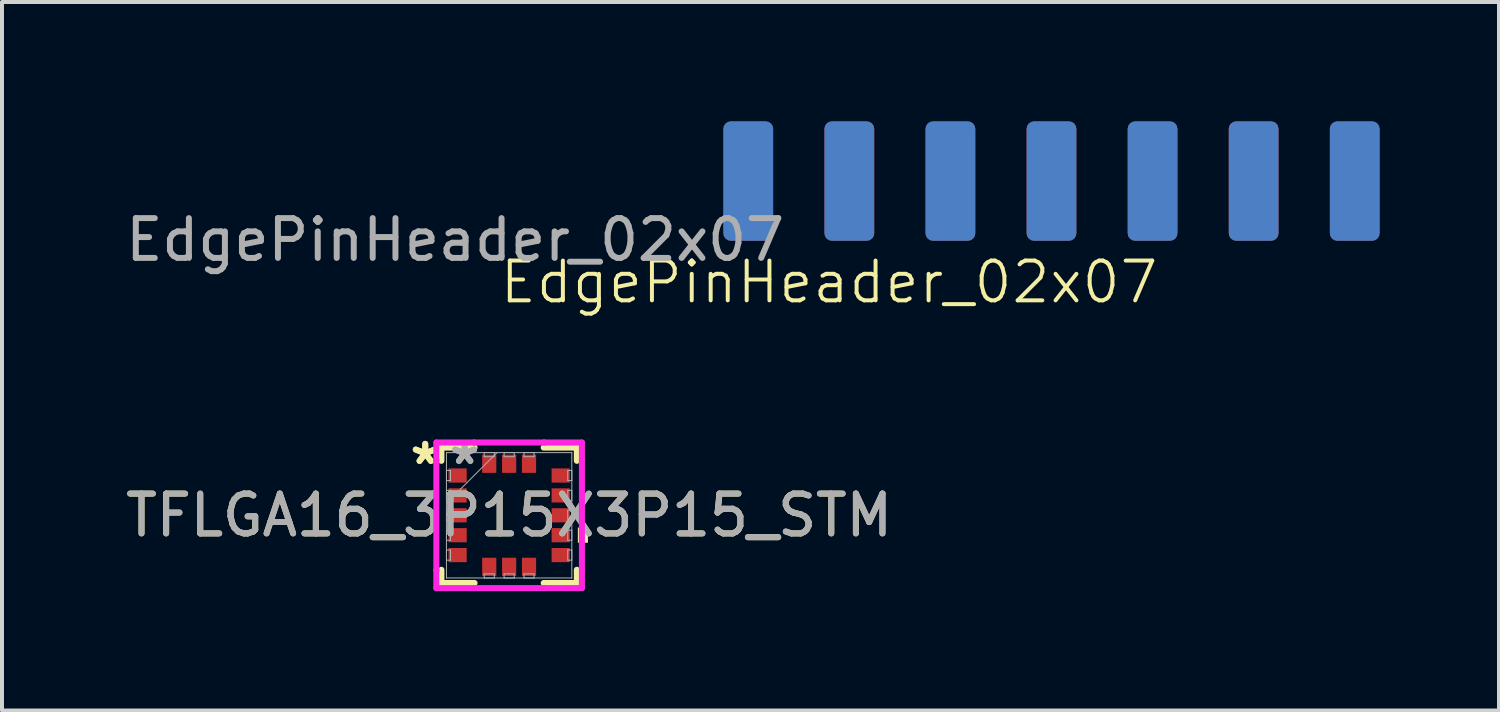
<source format=kicad_pcb>
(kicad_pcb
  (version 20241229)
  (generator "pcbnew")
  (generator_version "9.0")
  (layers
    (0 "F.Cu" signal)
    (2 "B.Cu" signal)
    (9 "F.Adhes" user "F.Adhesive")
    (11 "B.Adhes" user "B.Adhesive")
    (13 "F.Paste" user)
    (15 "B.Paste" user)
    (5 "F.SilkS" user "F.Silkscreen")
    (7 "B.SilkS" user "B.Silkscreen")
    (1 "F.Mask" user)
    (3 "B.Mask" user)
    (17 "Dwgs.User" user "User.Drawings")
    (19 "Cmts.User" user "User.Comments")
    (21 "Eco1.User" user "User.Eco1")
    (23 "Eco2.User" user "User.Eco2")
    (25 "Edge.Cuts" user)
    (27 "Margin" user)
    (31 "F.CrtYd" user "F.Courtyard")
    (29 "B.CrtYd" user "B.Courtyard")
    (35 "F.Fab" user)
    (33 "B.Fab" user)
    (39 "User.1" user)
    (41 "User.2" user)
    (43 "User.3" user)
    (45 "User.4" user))
  (footprint "TFLGA16_3P15X3P15_STM"
    (layer "F.Cu")
    (at 9.744 9.899)
    (property "Reference" "TFLGA16_3P15X3P15_STM" (at 0 0 0) (unlocked yes) (layer "F.SilkS") (effects (font (size 1 1) (thickness 0.15))))
    (attr smd)
    (fp_line (start -1.702 -1.702) (end -1.702 -1.369) (stroke (width 0.152) (type solid)) (layer "F.SilkS"))
    (fp_line (start -1.702 1.369) (end -1.702 1.702) (stroke (width 0.152) (type solid)) (layer "F.SilkS"))
    (fp_line (start -1.702 1.702) (end -0.869 1.702) (stroke (width 0.152) (type solid)) (layer "F.SilkS"))
    (fp_line (start -0.869 -1.702) (end -1.702 -1.702) (stroke (width 0.152) (type solid)) (layer "F.SilkS"))
    (fp_line (start 0.869 1.702) (end 1.702 1.702) (stroke (width 0.152) (type solid)) (layer "F.SilkS"))
    (fp_line (start 1.702 -1.702) (end 0.869 -1.702) (stroke (width 0.152) (type solid)) (layer "F.SilkS"))
    (fp_line (start 1.702 -1.369) (end 1.702 -1.702) (stroke (width 0.152) (type solid)) (layer "F.SilkS"))
    (fp_line (start 1.702 1.702) (end 1.702 1.369) (stroke (width 0.152) (type solid)) (layer "F.SilkS"))
    (fp_poly (pts (xy 1.981 0.309) (xy 1.981 0.69) (xy 1.727 0.69) (xy 1.727 0.309)) (stroke (width 0) (type solid)) (fill yes) (layer "F.SilkS"))
    (fp_line (start -1.829 -1.829) (end -0.881 -1.829) (stroke (width 0.152) (type solid)) (layer "F.CrtYd"))
    (fp_line (start -1.829 -1.381) (end -1.829 -1.829) (stroke (width 0.152) (type solid)) (layer "F.CrtYd"))
    (fp_line (start -1.829 -1.381) (end -1.829 -1.381) (stroke (width 0.152) (type solid)) (layer "F.CrtYd"))
    (fp_line (start -1.829 1.381) (end -1.829 -1.381) (stroke (width 0.152) (type solid)) (layer "F.CrtYd"))
    (fp_line (start -1.829 1.381) (end -1.829 1.381) (stroke (width 0.152) (type solid)) (layer "F.CrtYd"))
    (fp_line (start -1.829 1.829) (end -1.829 1.381) (stroke (width 0.152) (type solid)) (layer "F.CrtYd"))
    (fp_line (start -0.881 -1.829) (end -0.881 -1.829) (stroke (width 0.152) (type solid)) (layer "F.CrtYd"))
    (fp_line (start -0.881 -1.829) (end 0.881 -1.829) (stroke (width 0.152) (type solid)) (layer "F.CrtYd"))
    (fp_line (start -0.881 1.829) (end -1.829 1.829) (stroke (width 0.152) (type solid)) (layer "F.CrtYd"))
    (fp_line (start -0.881 1.829) (end -0.881 1.829) (stroke (width 0.152) (type solid)) (layer "F.CrtYd"))
    (fp_line (start 0.881 -1.829) (end 0.881 -1.829) (stroke (width 0.152) (type solid)) (layer "F.CrtYd"))
    (fp_line (start 0.881 -1.829) (end 1.829 -1.829) (stroke (width 0.152) (type solid)) (layer "F.CrtYd"))
    (fp_line (start 0.881 1.829) (end -0.881 1.829) (stroke (width 0.152) (type solid)) (layer "F.CrtYd"))
    (fp_line (start 0.881 1.829) (end 0.881 1.829) (stroke (width 0.152) (type solid)) (layer "F.CrtYd"))
    (fp_line (start 1.829 -1.829) (end 1.829 -1.381) (stroke (width 0.152) (type solid)) (layer "F.CrtYd"))
    (fp_line (start 1.829 -1.381) (end 1.829 -1.381) (stroke (width 0.152) (type solid)) (layer "F.CrtYd"))
    (fp_line (start 1.829 -1.381) (end 1.829 1.381) (stroke (width 0.152) (type solid)) (layer "F.CrtYd"))
    (fp_line (start 1.829 1.381) (end 1.829 1.381) (stroke (width 0.152) (type solid)) (layer "F.CrtYd"))
    (fp_line (start 1.829 1.381) (end 1.829 1.829) (stroke (width 0.152) (type solid)) (layer "F.CrtYd"))
    (fp_line (start 1.829 1.829) (end 0.881 1.829) (stroke (width 0.152) (type solid)) (layer "F.CrtYd"))
    (fp_line (start -1.575 -1.575) (end -1.575 -1.575) (stroke (width 0.025) (type solid)) (layer "F.Fab"))
    (fp_line (start -1.575 -1.575) (end -1.575 1.575) (stroke (width 0.025) (type solid)) (layer "F.Fab"))
    (fp_line (start -1.575 -1.127) (end -1.473 -1.127) (stroke (width 0.025) (type solid)) (layer "F.Fab"))
    (fp_line (start -1.575 -0.873) (end -1.575 -1.127) (stroke (width 0.025) (type solid)) (layer "F.Fab"))
    (fp_line (start -1.575 -0.627) (end -1.473 -0.627) (stroke (width 0.025) (type solid)) (layer "F.Fab"))
    (fp_line (start -1.575 -0.373) (end -1.575 -0.627) (stroke (width 0.025) (type solid)) (layer "F.Fab"))
    (fp_line (start -1.575 -0.305) (end -0.305 -1.575) (stroke (width 0.025) (type solid)) (layer "F.Fab"))
    (fp_line (start -1.575 -0.127) (end -1.473 -0.127) (stroke (width 0.025) (type solid)) (layer "F.Fab"))
    (fp_line (start -1.575 0.127) (end -1.575 -0.127) (stroke (width 0.025) (type solid)) (layer "F.Fab"))
    (fp_line (start -1.575 0.373) (end -1.473 0.373) (stroke (width 0.025) (type solid)) (layer "F.Fab"))
    (fp_line (start -1.575 0.627) (end -1.575 0.373) (stroke (width 0.025) (type solid)) (layer "F.Fab"))
    (fp_line (start -1.575 0.873) (end -1.473 0.873) (stroke (width 0.025) (type solid)) (layer "F.Fab"))
    (fp_line (start -1.575 1.127) (end -1.575 0.873) (stroke (width 0.025) (type solid)) (layer "F.Fab"))
    (fp_line (start -1.575 1.575) (end -1.575 1.575) (stroke (width 0.025) (type solid)) (layer "F.Fab"))
    (fp_line (start -1.575 1.575) (end 1.575 1.575) (stroke (width 0.025) (type solid)) (layer "F.Fab"))
    (fp_line (start -1.473 -1.127) (end -1.473 -0.873) (stroke (width 0.025) (type solid)) (layer "F.Fab"))
    (fp_line (start -1.473 -0.873) (end -1.575 -0.873) (stroke (width 0.025) (type solid)) (layer "F.Fab"))
    (fp_line (start -1.473 -0.627) (end -1.473 -0.373) (stroke (width 0.025) (type solid)) (layer "F.Fab"))
    (fp_line (start -1.473 -0.373) (end -1.575 -0.373) (stroke (width 0.025) (type solid)) (layer "F.Fab"))
    (fp_line (start -1.473 -0.127) (end -1.473 0.127) (stroke (width 0.025) (type solid)) (layer "F.Fab"))
    (fp_line (start -1.473 0.127) (end -1.575 0.127) (stroke (width 0.025) (type solid)) (layer "F.Fab"))
    (fp_line (start -1.473 0.373) (end -1.473 0.627) (stroke (width 0.025) (type solid)) (layer "F.Fab"))
    (fp_line (start -1.473 0.627) (end -1.575 0.627) (stroke (width 0.025) (type solid)) (layer "F.Fab"))
    (fp_line (start -1.473 0.873) (end -1.473 1.127) (stroke (width 0.025) (type solid)) (layer "F.Fab"))
    (fp_line (start -1.473 1.127) (end -1.575 1.127) (stroke (width 0.025) (type solid)) (layer "F.Fab"))
    (fp_line (start -0.627 -1.575) (end -0.373 -1.575) (stroke (width 0.025) (type solid)) (layer "F.Fab"))
    (fp_line (start -0.627 -1.473) (end -0.627 -1.575) (stroke (width 0.025) (type solid)) (layer "F.Fab"))
    (fp_line (start -0.627 1.473) (end -0.373 1.473) (stroke (width 0.025) (type solid)) (layer "F.Fab"))
    (fp_line (start -0.627 1.575) (end -0.627 1.473) (stroke (width 0.025) (type solid)) (layer "F.Fab"))
    (fp_line (start -0.373 -1.575) (end -0.373 -1.473) (stroke (width 0.025) (type solid)) (layer "F.Fab"))
    (fp_line (start -0.373 -1.473) (end -0.627 -1.473) (stroke (width 0.025) (type solid)) (layer "F.Fab"))
    (fp_line (start -0.373 1.473) (end -0.373 1.575) (stroke (width 0.025) (type solid)) (layer "F.Fab"))
    (fp_line (start -0.373 1.575) (end -0.627 1.575) (stroke (width 0.025) (type solid)) (layer "F.Fab"))
    (fp_line (start -0.127 -1.575) (end 0.127 -1.575) (stroke (width 0.025) (type solid)) (layer "F.Fab"))
    (fp_line (start -0.127 -1.473) (end -0.127 -1.575) (stroke (width 0.025) (type solid)) (layer "F.Fab"))
    (fp_line (start -0.127 1.473) (end 0.127 1.473) (stroke (width 0.025) (type solid)) (layer "F.Fab"))
    (fp_line (start -0.127 1.575) (end -0.127 1.473) (stroke (width 0.025) (type solid)) (layer "F.Fab"))
    (fp_line (start 0.127 -1.575) (end 0.127 -1.473) (stroke (width 0.025) (type solid)) (layer "F.Fab"))
    (fp_line (start 0.127 -1.473) (end -0.127 -1.473) (stroke (width 0.025) (type solid)) (layer "F.Fab"))
    (fp_line (start 0.127 1.473) (end 0.127 1.575) (stroke (width 0.025) (type solid)) (layer "F.Fab"))
    (fp_line (start 0.127 1.575) (end -0.127 1.575) (stroke (width 0.025) (type solid)) (layer "F.Fab"))
    (fp_line (start 0.373 -1.575) (end 0.627 -1.575) (stroke (width 0.025) (type solid)) (layer "F.Fab"))
    (fp_line (start 0.373 -1.473) (end 0.373 -1.575) (stroke (width 0.025) (type solid)) (layer "F.Fab"))
    (fp_line (start 0.373 1.473) (end 0.627 1.473) (stroke (width 0.025) (type solid)) (layer "F.Fab"))
    (fp_line (start 0.373 1.575) (end 0.373 1.473) (stroke (width 0.025) (type solid)) (layer "F.Fab"))
    (fp_line (start 0.627 -1.575) (end 0.627 -1.473) (stroke (width 0.025) (type solid)) (layer "F.Fab"))
    (fp_line (start 0.627 -1.473) (end 0.373 -1.473) (stroke (width 0.025) (type solid)) (layer "F.Fab"))
    (fp_line (start 0.627 1.473) (end 0.627 1.575) (stroke (width 0.025) (type solid)) (layer "F.Fab"))
    (fp_line (start 0.627 1.575) (end 0.373 1.575) (stroke (width 0.025) (type solid)) (layer "F.Fab"))
    (fp_line (start 1.473 -1.127) (end 1.575 -1.127) (stroke (width 0.025) (type solid)) (layer "F.Fab"))
    (fp_line (start 1.473 -0.873) (end 1.473 -1.127) (stroke (width 0.025) (type solid)) (layer "F.Fab"))
    (fp_line (start 1.473 -0.627) (end 1.575 -0.627) (stroke (width 0.025) (type solid)) (layer "F.Fab"))
    (fp_line (start 1.473 -0.373) (end 1.473 -0.627) (stroke (width 0.025) (type solid)) (layer "F.Fab"))
    (fp_line (start 1.473 -0.127) (end 1.575 -0.127) (stroke (width 0.025) (type solid)) (layer "F.Fab"))
    (fp_line (start 1.473 0.127) (end 1.473 -0.127) (stroke (width 0.025) (type solid)) (layer "F.Fab"))
    (fp_line (start 1.473 0.373) (end 1.575 0.373) (stroke (width 0.025) (type solid)) (layer "F.Fab"))
    (fp_line (start 1.473 0.627) (end 1.473 0.373) (stroke (width 0.025) (type solid)) (layer "F.Fab"))
    (fp_line (start 1.473 0.873) (end 1.575 0.873) (stroke (width 0.025) (type solid)) (layer "F.Fab"))
    (fp_line (start 1.473 1.127) (end 1.473 0.873) (stroke (width 0.025) (type solid)) (layer "F.Fab"))
    (fp_line (start 1.575 -1.575) (end -1.575 -1.575) (stroke (width 0.025) (type solid)) (layer "F.Fab"))
    (fp_line (start 1.575 -1.575) (end 1.575 -1.575) (stroke (width 0.025) (type solid)) (layer "F.Fab"))
    (fp_line (start 1.575 -1.127) (end 1.575 -0.873) (stroke (width 0.025) (type solid)) (layer "F.Fab"))
    (fp_line (start 1.575 -0.873) (end 1.473 -0.873) (stroke (width 0.025) (type solid)) (layer "F.Fab"))
    (fp_line (start 1.575 -0.627) (end 1.575 -0.373) (stroke (width 0.025) (type solid)) (layer "F.Fab"))
    (fp_line (start 1.575 -0.373) (end 1.473 -0.373) (stroke (width 0.025) (type solid)) (layer "F.Fab"))
    (fp_line (start 1.575 -0.127) (end 1.575 0.127) (stroke (width 0.025) (type solid)) (layer "F.Fab"))
    (fp_line (start 1.575 0.127) (end 1.473 0.127) (stroke (width 0.025) (type solid)) (layer "F.Fab"))
    (fp_line (start 1.575 0.373) (end 1.575 0.627) (stroke (width 0.025) (type solid)) (layer "F.Fab"))
    (fp_line (start 1.575 0.627) (end 1.473 0.627) (stroke (width 0.025) (type solid)) (layer "F.Fab"))
    (fp_line (start 1.575 0.873) (end 1.575 1.127) (stroke (width 0.025) (type solid)) (layer "F.Fab"))
    (fp_line (start 1.575 1.127) (end 1.473 1.127) (stroke (width 0.025) (type solid)) (layer "F.Fab"))
    (fp_line (start 1.575 1.575) (end 1.575 -1.575) (stroke (width 0.025) (type solid)) (layer "F.Fab"))
    (fp_line (start 1.575 1.575) (end 1.575 1.575) (stroke (width 0.025) (type solid)) (layer "F.Fab"))
    (fp_text user "*" (at -2.108 -1.25 0) (unlocked yes) (layer "F.SilkS") (effects (font (size 1 1) (thickness 0.15))))
    (fp_text user "*" (at -2.108 -1.25 0) (layer "F.SilkS") (effects (font (size 1 1) (thickness 0.15))))
    (fp_text user "*" (at -1.118 -1.25 0) (unlocked yes) (layer "F.Fab") (effects (font (size 1 1) (thickness 0.15))))
    (fp_text user "${REFERENCE}" (at 0 0 0) (unlocked yes) (layer "F.Fab") (effects (font (size 1 1) (thickness 0.15))))
    (fp_text user "*" (at -1.118 -1.25 0) (layer "F.Fab") (effects (font (size 1 1) (thickness 0.15))))
    (pad "1" smd rect (at -1.295 -1 90) (size 0.356 0.457) (layers "F.Cu" "F.Mask" "F.Paste"))
    (pad "2" smd rect (at -1.295 -0.5 90) (size 0.356 0.457) (layers "F.Cu" "F.Mask" "F.Paste"))
    (pad "3" smd rect (at -1.295 0 90) (size 0.356 0.457) (layers "F.Cu" "F.Mask" "F.Paste"))
    (pad "4" smd rect (at -1.295 0.5 90) (size 0.356 0.457) (layers "F.Cu" "F.Mask" "F.Paste"))
    (pad "5" smd rect (at -1.295 1 90) (size 0.356 0.457) (layers "F.Cu" "F.Mask" "F.Paste"))
    (pad "6" smd rect (at -0.5 1.295) (size 0.356 0.457) (layers "F.Cu" "F.Mask" "F.Paste"))
    (pad "7" smd rect (at 0 1.295) (size 0.356 0.457) (layers "F.Cu" "F.Mask" "F.Paste"))
    (pad "8" smd rect (at 0.5 1.295) (size 0.356 0.457) (layers "F.Cu" "F.Mask" "F.Paste"))
    (pad "9" smd rect (at 1.295 1 90) (size 0.356 0.457) (layers "F.Cu" "F.Mask" "F.Paste"))
    (pad "10" smd rect (at 1.295 0.5 90) (size 0.356 0.457) (layers "F.Cu" "F.Mask" "F.Paste"))
    (pad "11" smd rect (at 1.295 0 90) (size 0.356 0.457) (layers "F.Cu" "F.Mask" "F.Paste"))
    (pad "12" smd rect (at 1.295 -0.5 90) (size 0.356 0.457) (layers "F.Cu" "F.Mask" "F.Paste"))
    (pad "13" smd rect (at 1.295 -1 90) (size 0.356 0.457) (layers "F.Cu" "F.Mask" "F.Paste"))
    (pad "14" smd rect (at 0.5 -1.295) (size 0.356 0.457) (layers "F.Cu" "F.Mask" "F.Paste"))
    (pad "15" smd rect (at 0 -1.295) (size 0.356 0.457) (layers "F.Cu" "F.Mask" "F.Paste"))
    (pad "16" smd rect (at -0.5 -1.295) (size 0.356 0.457) (layers "F.Cu" "F.Mask" "F.Paste")))
  (footprint "EdgePinHeader_02x07"
    (layer "F.Cu")
    (at 15.753 1.5)
    (property "Reference" "EdgePinHeader_02x07" (at 2.032 2.54 0) (unlocked yes) (layer "F.SilkS") (effects (font (size 1 1) (thickness 0.1))))
    (attr smd)
    (fp_text user "${REFERENCE}" (at -7.366 1.476 0) (unlocked yes) (layer "F.Fab") (effects (font (size 1 1) (thickness 0.15))))
    (pad "1" smd roundrect (at 0 0) (size 1.25 3) (layers "F.Cu" "F.Mask" "F.Paste") (roundrect_rratio 0.15))
    (pad "2" smd roundrect (at 2.54 0) (size 1.25 3) (layers "F.Cu" "F.Mask" "F.Paste") (roundrect_rratio 0.15))
    (pad "3" smd roundrect (at 5.08 0) (size 1.25 3) (layers "F.Cu" "F.Mask" "F.Paste") (roundrect_rratio 0.15))
    (pad "4" smd roundrect (at 7.62 0) (size 1.25 3) (layers "F.Cu" "F.Mask" "F.Paste") (roundrect_rratio 0.15))
    (pad "5" smd roundrect (at 10.16 0) (size 1.25 3) (layers "F.Cu" "F.Mask" "F.Paste") (roundrect_rratio 0.15))
    (pad "6" smd roundrect (at 12.7 0) (size 1.25 3) (layers "F.Cu" "F.Mask" "F.Paste") (roundrect_rratio 0.15))
    (pad "7" smd roundrect (at 15.24 0) (size 1.25 3) (layers "F.Cu" "F.Mask" "F.Paste") (roundrect_rratio 0.15))
    (pad "8" smd roundrect (at 15.24 0) (size 1.25 3) (layers "B.Cu" "B.Mask" "B.Paste") (roundrect_rratio 0.15))
    (pad "9" smd roundrect (at 12.7 0) (size 1.25 3) (layers "B.Cu" "B.Mask" "B.Paste") (roundrect_rratio 0.15))
    (pad "10" smd roundrect (at 10.16 0) (size 1.25 3) (layers "B.Cu" "B.Mask" "B.Paste") (roundrect_rratio 0.15))
    (pad "11" smd roundrect (at 7.62 0) (size 1.25 3) (layers "B.Cu" "B.Mask" "B.Paste") (roundrect_rratio 0.15))
    (pad "12" smd roundrect (at 5.08 0) (size 1.25 3) (layers "B.Cu" "B.Mask" "B.Paste") (roundrect_rratio 0.15))
    (pad "13" smd roundrect (at 2.54 0) (size 1.25 3) (layers "B.Cu" "B.Mask" "B.Paste") (roundrect_rratio 0.15))
    (pad "14" smd roundrect (at 0 0) (size 1.25 3) (layers "B.Cu" "B.Mask" "B.Paste") (roundrect_rratio 0.15)))
  (gr_rect
    (start -3 -3)
    (end 34.618 14.804)
    (stroke (width 0.1) (type default))
    (fill no)
    (layer "Edge.Cuts")))
</source>
